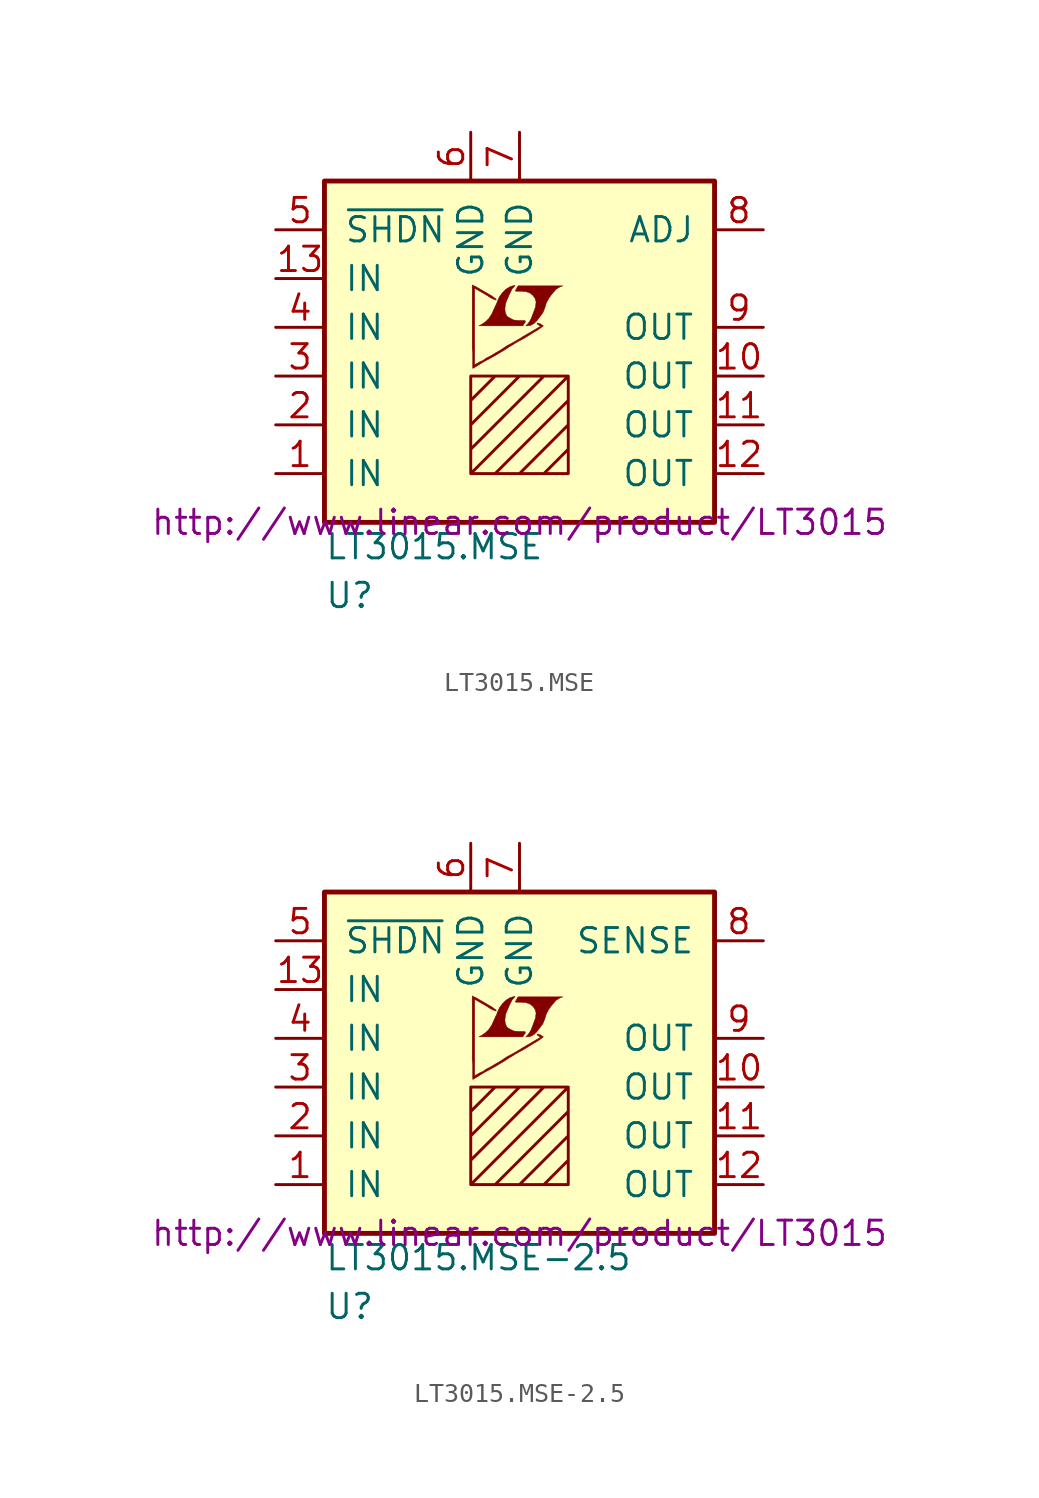
<source format=kicad_sym>
(kicad_symbol_lib
  (version 20201005)
  (generator kicad_symbol_editor)
  (symbol "LT3015.MSE"
    (pin_names
      (offset 1.016))
    (property "Reference" "U"
      (at -10.16 -13.97 0)
      (effects (font (size 1.27 1.27)) (justify left)))
    (property "Value" "LT3015.MSE"
      (at -10.16 -11.43 0)
      (effects (font (size 1.27 1.27)) (justify left)))
    (property "Datasheet" "http://www.linear.com/product/LT3015"
      (at 0 -10.16 0)
      (effects (font (size 1.27 1.27))))
    (symbol "LT3015.MSE_0_0"
      (polyline (pts (xy 0.584 0.102) (xy 0.762 0.203) (xy 0.914 0.356) (xy 1.219 0.762) (xy 1.321 1.016) (xy 1.397 1.27) (xy 1.549 1.549) (xy 1.727 1.778) (xy 1.905 1.981) (xy 2.108 2.108) (xy 2.261 2.159) (xy -0.076 2.159) (xy -0.152 2.032) (xy -0.152 2.007) (xy -0.203 1.93) (xy -0.229 1.905) (xy -0.178 1.88) (xy 0.102 1.88) (xy 0.356 1.854) (xy 0.559 1.778) (xy 0.711 1.651) (xy 0.813 1.499) (xy 0.864 1.321) (xy 0.838 1.092) (xy 0.838 1.067) (xy 0.61 0.457) (xy 0.508 0.279) (xy 0.406 0.152) (xy 0.33 0.076) (xy 0.432 0.076) (xy 0.584 0.102)) (stroke (width 0.025)) (fill (type outline)))
      (polyline (pts (xy 0.229 0.178) (xy 0.254 0.203) (xy 0.305 0.279) (xy 0.305 0.33) (xy 0.254 0.356) (xy -0.051 0.356) (xy -0.305 0.381) (xy -0.508 0.483) (xy -0.66 0.584) (xy -0.737 0.762) (xy -0.762 0.94) (xy -0.737 1.168) (xy -0.737 1.194) (xy -0.686 1.346) (xy -0.533 1.702) (xy -0.381 2.007) (xy -0.305 2.083) (xy -0.229 2.184) (xy -0.356 2.159) (xy -0.508 2.108) (xy -0.711 1.981) (xy -0.889 1.803) (xy -1.041 1.6) (xy -1.168 1.321) (xy -1.168 1.295) (xy -1.321 0.965) (xy -1.448 0.686) (xy -1.6 0.457) (xy -1.753 0.305) (xy -1.93 0.178) (xy -2.108 0.076) (xy 0.178 0.076) (xy 0.229 0.178)) (stroke (width 0.025)) (fill (type outline)))
      (polyline (pts (xy -2.362 -2.108) (xy -2.286 -2.057) (xy -2.159 -1.981) (xy -2.083 -1.93) (xy -1.829 -1.778) (xy -1.27 -1.473) (xy -0.762 -1.168) (xy -0.533 -1.016) (xy -0.356 -0.914) (xy -0.203 -0.813) (xy -0.102 -0.762) (xy -0.025 -0.711) (xy 0.127 -0.635) (xy 0.305 -0.533) (xy 0.711 -0.279) (xy 0.889 -0.178) (xy 1.041 -0.076) (xy 1.143 0) (xy 1.219 0.051) (xy 1.245 0.076) (xy 1.092 0.178) (xy 0.94 0.229) (xy 0.914 0.203) (xy 0.914 0.178) (xy 0.991 0.127) (xy 1.092 0.051) (xy 0.178 -0.483) (xy -0.025 -0.61) (xy -0.33 -0.787) (xy -0.66 -0.965) (xy -0.965 -1.168) (xy -1.27 -1.346) (xy -1.524 -1.499) (xy -1.727 -1.6) (xy -1.905 -1.727) (xy -2.083 -1.803) (xy -2.21 -1.88) (xy -2.311 -1.93) (xy -2.337 -1.956) (xy -2.337 2.032) (xy -1.803 1.727) (xy -1.676 1.651) (xy -1.524 1.549) (xy -1.372 1.473) (xy -1.295 1.448) (xy -1.245 1.422) (xy -1.219 1.422) (xy -1.219 1.473) (xy -1.295 1.524) (xy -1.422 1.626) (xy -1.6 1.727) (xy -1.727 1.803) (xy -2.083 2.007) (xy -2.21 2.083) (xy -2.464 2.21) (xy -2.464 -1.067) (xy -2.438 -1.372) (xy -2.438 -2.134) (xy -2.413 -2.134) (xy -2.362 -2.108)) (stroke (width 0.025)) (fill (type outline))))
    (symbol "LT3015.MSE_0_1"
      (rectangle (start -10.16 7.62) (end 10.16 -10.16) (stroke (width 0.254)) (fill (type background)))
      (polyline (pts (xy -2.54 -3.81) (xy -1.27 -2.54) (xy 0 -2.54) (xy -2.54 -5.08) (xy -2.54 -6.35) (xy 1.27 -2.54) (xy 2.54 -2.54) (xy -2.54 -7.62) (xy -1.27 -7.62) (xy 2.54 -3.81) (xy 2.54 -5.08) (xy 0 -7.62) (xy 1.27 -7.62) (xy 2.54 -6.35) (xy 2.54 -7.62) (xy -2.54 -7.62) (xy -2.54 -2.54) (xy 2.54 -2.54) (xy 2.54 -7.62)) (stroke (width 0)) (fill (type none))))
    (symbol "LT3015.MSE_1_1"
      (pin power_in line (at -12.7 -7.62 0) (length 2.54) (name "IN" (effects (font (size 1.27 1.27)))) (number "1" (effects (font (size 1.27 1.27)))))
      (pin power_out line (at 12.7 -2.54 180) (length 2.54) (name "OUT" (effects (font (size 1.27 1.27)))) (number "10" (effects (font (size 1.27 1.27)))))
      (pin power_out line (at 12.7 -5.08 180) (length 2.54) (name "OUT" (effects (font (size 1.27 1.27)))) (number "11" (effects (font (size 1.27 1.27)))))
      (pin power_out line (at 12.7 -7.62 180) (length 2.54) (name "OUT" (effects (font (size 1.27 1.27)))) (number "12" (effects (font (size 1.27 1.27)))))
      (pin power_in line (at -12.7 2.54 0) (length 2.54) (name "IN" (effects (font (size 1.27 1.27)))) (number "13" (effects (font (size 1.27 1.27)))))
      (pin power_in line (at -12.7 -5.08 0) (length 2.54) (name "IN" (effects (font (size 1.27 1.27)))) (number "2" (effects (font (size 1.27 1.27)))))
      (pin power_in line (at -12.7 -2.54 0) (length 2.54) (name "IN" (effects (font (size 1.27 1.27)))) (number "3" (effects (font (size 1.27 1.27)))))
      (pin power_in line (at -12.7 0 0) (length 2.54) (name "IN" (effects (font (size 1.27 1.27)))) (number "4" (effects (font (size 1.27 1.27)))))
      (pin input line (at -12.7 5.08 0) (length 2.54) (name "~SHDN~" (effects (font (size 1.27 1.27)))) (number "5" (effects (font (size 1.27 1.27)))))
      (pin power_in line (at -2.54 10.16 270) (length 2.54) (name "GND" (effects (font (size 1.27 1.27)))) (number "6" (effects (font (size 1.27 1.27)))))
      (pin power_in line (at 0 10.16 270) (length 2.54) (name "GND" (effects (font (size 1.27 1.27)))) (number "7" (effects (font (size 1.27 1.27)))))
      (pin passive line (at 12.7 5.08 180) (length 2.54) (name "ADJ" (effects (font (size 1.27 1.27)))) (number "8" (effects (font (size 1.27 1.27)))))
      (pin power_out line (at 12.7 0 180) (length 2.54) (name "OUT" (effects (font (size 1.27 1.27)))) (number "9" (effects (font (size 1.27 1.27)))))))
  (symbol "LT3015.MSE-2.5"
    (pin_names
      (offset 1.016))
    (property "Reference" "U"
      (at -10.16 -13.97 0)
      (effects (font (size 1.27 1.27)) (justify left)))
    (property "Value" "LT3015.MSE-2.5"
      (at -10.16 -11.43 0)
      (effects (font (size 1.27 1.27)) (justify left)))
    (property "Datasheet" "http://www.linear.com/product/LT3015"
      (at 0 -10.16 0)
      (effects (font (size 1.27 1.27))))
    (symbol "LT3015.MSE-2.5_0_0"
      (polyline (pts (xy 0.584 0.102) (xy 0.762 0.203) (xy 0.914 0.356) (xy 1.219 0.762) (xy 1.321 1.016) (xy 1.397 1.27) (xy 1.549 1.549) (xy 1.727 1.778) (xy 1.905 1.981) (xy 2.108 2.108) (xy 2.261 2.159) (xy -0.076 2.159) (xy -0.152 2.032) (xy -0.152 2.007) (xy -0.203 1.93) (xy -0.229 1.905) (xy -0.178 1.88) (xy 0.102 1.88) (xy 0.356 1.854) (xy 0.559 1.778) (xy 0.711 1.651) (xy 0.813 1.499) (xy 0.864 1.321) (xy 0.838 1.092) (xy 0.838 1.067) (xy 0.61 0.457) (xy 0.508 0.279) (xy 0.406 0.152) (xy 0.33 0.076) (xy 0.432 0.076) (xy 0.584 0.102)) (stroke (width 0.025)) (fill (type outline)))
      (polyline (pts (xy 0.229 0.178) (xy 0.254 0.203) (xy 0.305 0.279) (xy 0.305 0.33) (xy 0.254 0.356) (xy -0.051 0.356) (xy -0.305 0.381) (xy -0.508 0.483) (xy -0.66 0.584) (xy -0.737 0.762) (xy -0.762 0.94) (xy -0.737 1.168) (xy -0.737 1.194) (xy -0.686 1.346) (xy -0.533 1.702) (xy -0.381 2.007) (xy -0.305 2.083) (xy -0.229 2.184) (xy -0.356 2.159) (xy -0.508 2.108) (xy -0.711 1.981) (xy -0.889 1.803) (xy -1.041 1.6) (xy -1.168 1.321) (xy -1.168 1.295) (xy -1.321 0.965) (xy -1.448 0.686) (xy -1.6 0.457) (xy -1.753 0.305) (xy -1.93 0.178) (xy -2.108 0.076) (xy 0.178 0.076) (xy 0.229 0.178)) (stroke (width 0.025)) (fill (type outline)))
      (polyline (pts (xy -2.362 -2.108) (xy -2.286 -2.057) (xy -2.159 -1.981) (xy -2.083 -1.93) (xy -1.829 -1.778) (xy -1.27 -1.473) (xy -0.762 -1.168) (xy -0.533 -1.016) (xy -0.356 -0.914) (xy -0.203 -0.813) (xy -0.102 -0.762) (xy -0.025 -0.711) (xy 0.127 -0.635) (xy 0.305 -0.533) (xy 0.711 -0.279) (xy 0.889 -0.178) (xy 1.041 -0.076) (xy 1.143 0) (xy 1.219 0.051) (xy 1.245 0.076) (xy 1.092 0.178) (xy 0.94 0.229) (xy 0.914 0.203) (xy 0.914 0.178) (xy 0.991 0.127) (xy 1.092 0.051) (xy 0.178 -0.483) (xy -0.025 -0.61) (xy -0.33 -0.787) (xy -0.66 -0.965) (xy -0.965 -1.168) (xy -1.27 -1.346) (xy -1.524 -1.499) (xy -1.727 -1.6) (xy -1.905 -1.727) (xy -2.083 -1.803) (xy -2.21 -1.88) (xy -2.311 -1.93) (xy -2.337 -1.956) (xy -2.337 2.032) (xy -1.803 1.727) (xy -1.676 1.651) (xy -1.524 1.549) (xy -1.372 1.473) (xy -1.295 1.448) (xy -1.245 1.422) (xy -1.219 1.422) (xy -1.219 1.473) (xy -1.295 1.524) (xy -1.422 1.626) (xy -1.6 1.727) (xy -1.727 1.803) (xy -2.083 2.007) (xy -2.21 2.083) (xy -2.464 2.21) (xy -2.464 -1.067) (xy -2.438 -1.372) (xy -2.438 -2.134) (xy -2.413 -2.134) (xy -2.362 -2.108)) (stroke (width 0.025)) (fill (type outline))))
    (symbol "LT3015.MSE-2.5_0_1"
      (rectangle (start -10.16 7.62) (end 10.16 -10.16) (stroke (width 0.254)) (fill (type background)))
      (polyline (pts (xy -2.54 -3.81) (xy -1.27 -2.54) (xy 0 -2.54) (xy -2.54 -5.08) (xy -2.54 -6.35) (xy 1.27 -2.54) (xy 2.54 -2.54) (xy -2.54 -7.62) (xy -1.27 -7.62) (xy 2.54 -3.81) (xy 2.54 -5.08) (xy 0 -7.62) (xy 1.27 -7.62) (xy 2.54 -6.35) (xy 2.54 -7.62) (xy -2.54 -7.62) (xy -2.54 -2.54) (xy 2.54 -2.54) (xy 2.54 -7.62)) (stroke (width 0)) (fill (type none))))
    (symbol "LT3015.MSE-2.5_1_1"
      (pin power_in line (at -12.7 -7.62 0) (length 2.54) (name "IN" (effects (font (size 1.27 1.27)))) (number "1" (effects (font (size 1.27 1.27)))))
      (pin power_out line (at 12.7 -2.54 180) (length 2.54) (name "OUT" (effects (font (size 1.27 1.27)))) (number "10" (effects (font (size 1.27 1.27)))))
      (pin power_out line (at 12.7 -5.08 180) (length 2.54) (name "OUT" (effects (font (size 1.27 1.27)))) (number "11" (effects (font (size 1.27 1.27)))))
      (pin power_out line (at 12.7 -7.62 180) (length 2.54) (name "OUT" (effects (font (size 1.27 1.27)))) (number "12" (effects (font (size 1.27 1.27)))))
      (pin power_in line (at -12.7 2.54 0) (length 2.54) (name "IN" (effects (font (size 1.27 1.27)))) (number "13" (effects (font (size 1.27 1.27)))))
      (pin power_in line (at -12.7 -5.08 0) (length 2.54) (name "IN" (effects (font (size 1.27 1.27)))) (number "2" (effects (font (size 1.27 1.27)))))
      (pin power_in line (at -12.7 -2.54 0) (length 2.54) (name "IN" (effects (font (size 1.27 1.27)))) (number "3" (effects (font (size 1.27 1.27)))))
      (pin power_in line (at -12.7 0 0) (length 2.54) (name "IN" (effects (font (size 1.27 1.27)))) (number "4" (effects (font (size 1.27 1.27)))))
      (pin input line (at -12.7 5.08 0) (length 2.54) (name "~SHDN~" (effects (font (size 1.27 1.27)))) (number "5" (effects (font (size 1.27 1.27)))))
      (pin power_in line (at -2.54 10.16 270) (length 2.54) (name "GND" (effects (font (size 1.27 1.27)))) (number "6" (effects (font (size 1.27 1.27)))))
      (pin power_in line (at 0 10.16 270) (length 2.54) (name "GND" (effects (font (size 1.27 1.27)))) (number "7" (effects (font (size 1.27 1.27)))))
      (pin passive line (at 12.7 5.08 180) (length 2.54) (name "SENSE" (effects (font (size 1.27 1.27)))) (number "8" (effects (font (size 1.27 1.27)))))
      (pin power_out line (at 12.7 0 180) (length 2.54) (name "OUT" (effects (font (size 1.27 1.27)))) (number "9" (effects (font (size 1.27 1.27))))))))
</source>
